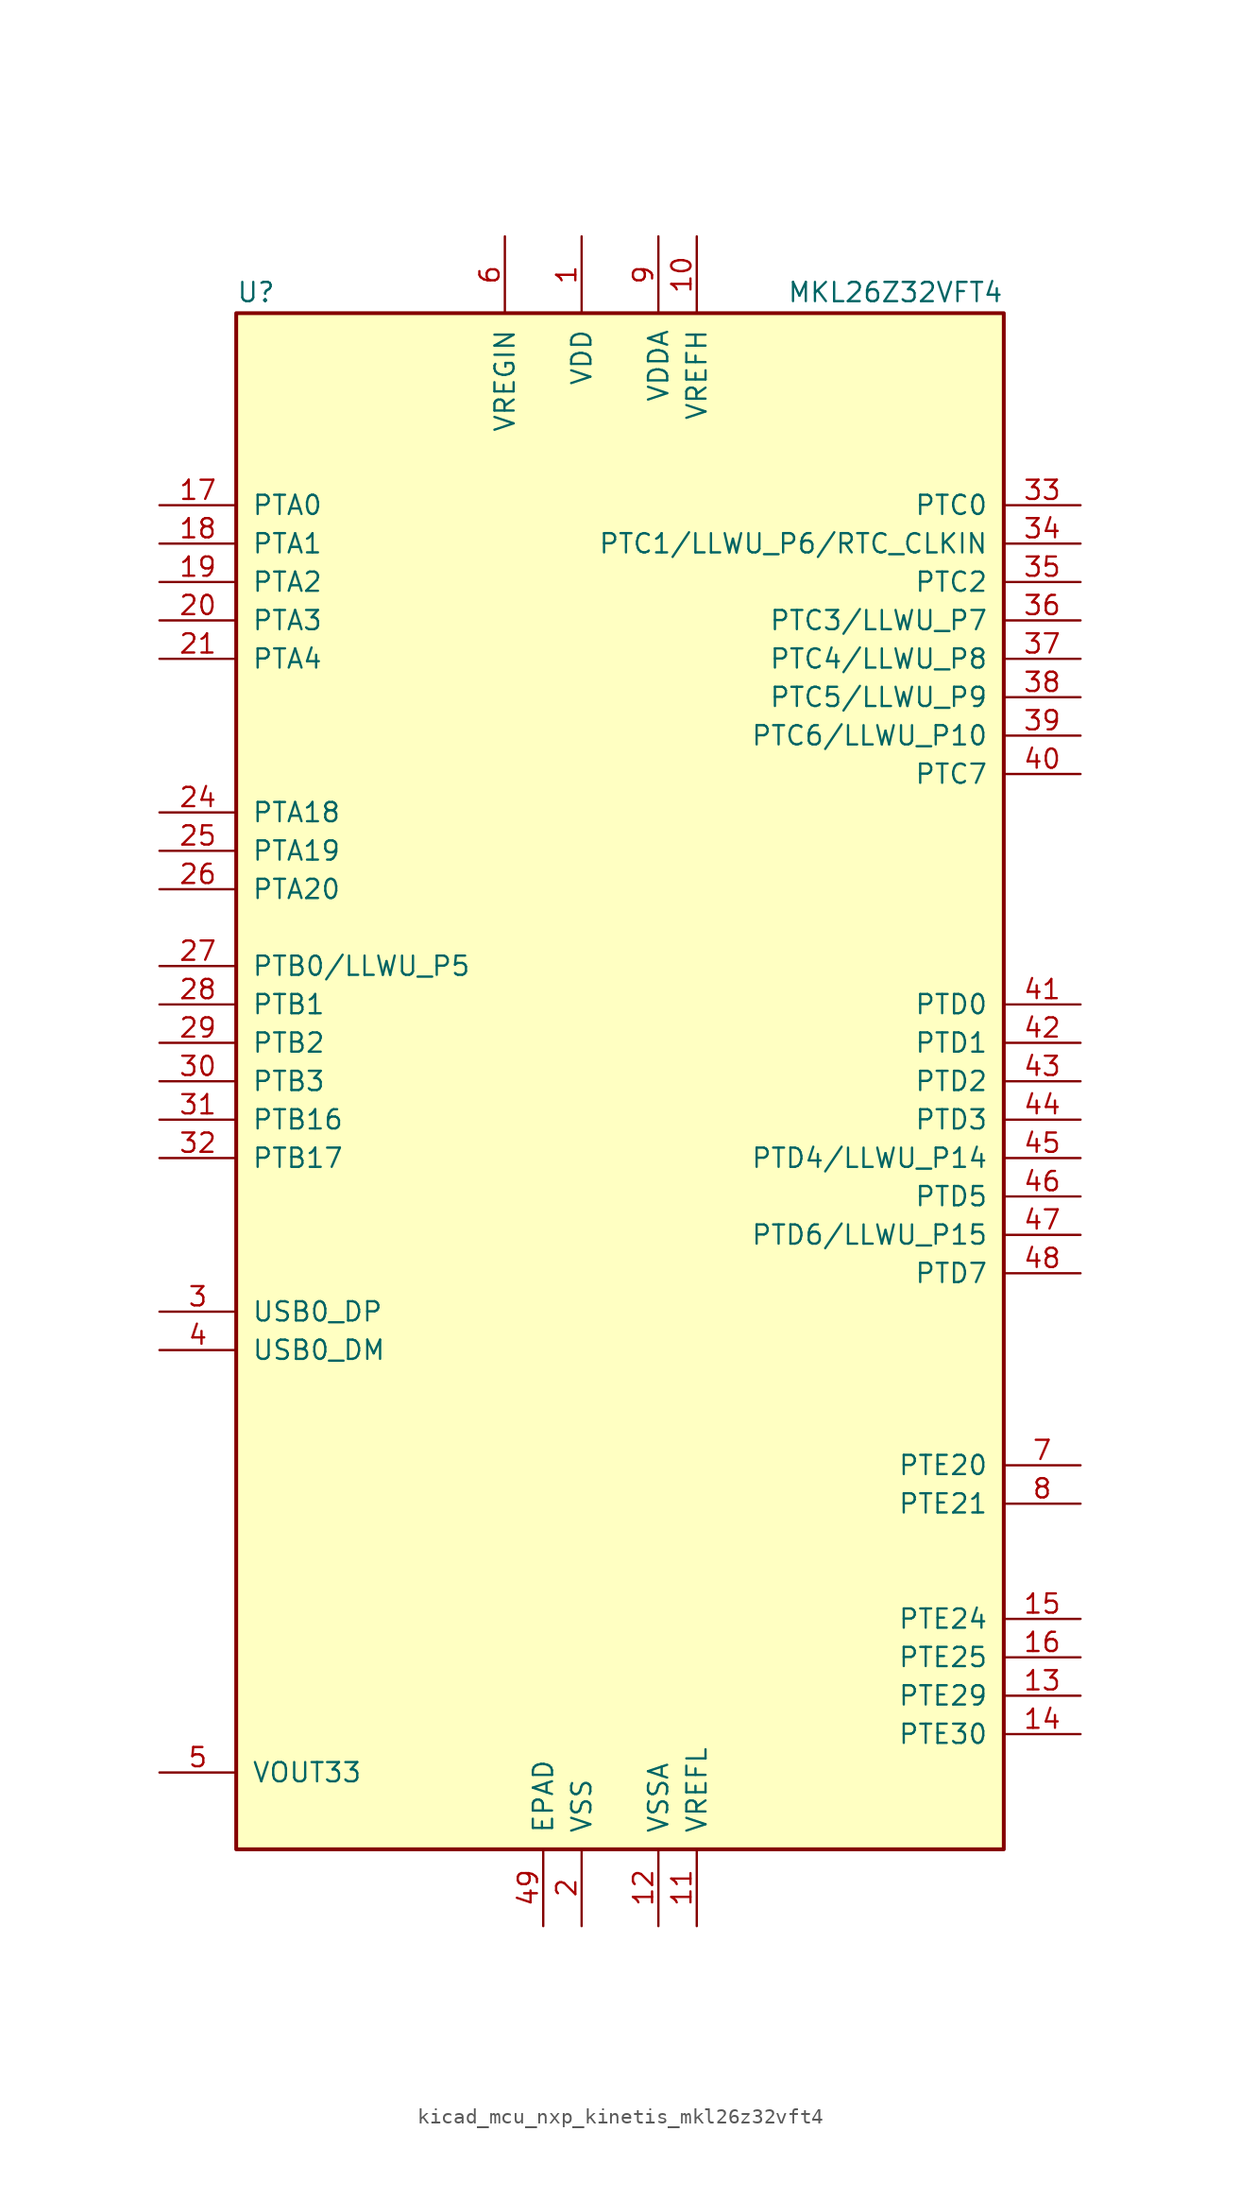
<source format=kicad_sym>
(kicad_symbol_lib
  (version 20220914)
  (generator kicad_symbol_editor)
  (symbol "kicad_mcu_nxp_kinetis_mkl26z32vft4"
    (pin_names
      (offset 1.016))
    (property "Reference" "U"
      (at -25.4 51.435 0)
      (effects (font (size 1.27 1.27)) (justify left bottom)))
    (property "Value" "MKL26Z32VFT4"
      (at 25.4 51.435 0)
      (effects (font (size 1.27 1.27)) (justify right bottom)))
    (symbol "kicad_mcu_nxp_kinetis_mkl26z32vft4_0_1"
      (rectangle (start -25.4 50.8) (end 25.4 -50.8) (stroke (width 0.254) (type default)) (fill (type background))))
    (symbol "kicad_mcu_nxp_kinetis_mkl26z32vft4_1_1"
      (pin power_in line (at -2.54 55.88 270) (length 5.08) (name "VDD" (effects (font (size 1.27 1.27)))) (number "1" (effects (font (size 1.27 1.27)))))
      (pin power_in line (at 5.08 55.88 270) (length 5.08) (name "VREFH" (effects (font (size 1.27 1.27)))) (number "10" (effects (font (size 1.27 1.27)))))
      (pin power_in line (at 5.08 -55.88 90) (length 5.08) (name "VREFL" (effects (font (size 1.27 1.27)))) (number "11" (effects (font (size 1.27 1.27)))))
      (pin power_in line (at 2.54 -55.88 90) (length 5.08) (name "VSSA" (effects (font (size 1.27 1.27)))) (number "12" (effects (font (size 1.27 1.27)))))
      (pin bidirectional line (at 30.48 -40.64 180) (length 5.08) (name "PTE29" (effects (font (size 1.27 1.27)))) (number "13" (effects (font (size 1.27 1.27)))))
      (pin bidirectional line (at 30.48 -43.18 180) (length 5.08) (name "PTE30" (effects (font (size 1.27 1.27)))) (number "14" (effects (font (size 1.27 1.27)))))
      (pin bidirectional line (at 30.48 -35.56 180) (length 5.08) (name "PTE24" (effects (font (size 1.27 1.27)))) (number "15" (effects (font (size 1.27 1.27)))))
      (pin bidirectional line (at 30.48 -38.1 180) (length 5.08) (name "PTE25" (effects (font (size 1.27 1.27)))) (number "16" (effects (font (size 1.27 1.27)))))
      (pin bidirectional line (at -30.48 38.1 0) (length 5.08) (name "PTA0" (effects (font (size 1.27 1.27)))) (number "17" (effects (font (size 1.27 1.27)))))
      (pin bidirectional line (at -30.48 35.56 0) (length 5.08) (name "PTA1" (effects (font (size 1.27 1.27)))) (number "18" (effects (font (size 1.27 1.27)))))
      (pin bidirectional line (at -30.48 33.02 0) (length 5.08) (name "PTA2" (effects (font (size 1.27 1.27)))) (number "19" (effects (font (size 1.27 1.27)))))
      (pin power_in line (at -2.54 -55.88 90) (length 5.08) (name "VSS" (effects (font (size 1.27 1.27)))) (number "2" (effects (font (size 1.27 1.27)))))
      (pin bidirectional line (at -30.48 30.48 0) (length 5.08) (name "PTA3" (effects (font (size 1.27 1.27)))) (number "20" (effects (font (size 1.27 1.27)))))
      (pin bidirectional line (at -30.48 27.94 0) (length 5.08) (name "PTA4" (effects (font (size 1.27 1.27)))) (number "21" (effects (font (size 1.27 1.27)))))
      (pin passive line (at -2.54 55.88 270) (length 5.08) hide (name "VDD" (effects (font (size 1.27 1.27)))) (number "22" (effects (font (size 1.27 1.27)))))
      (pin passive line (at -2.54 -55.88 90) (length 5.08) hide (name "VSS" (effects (font (size 1.27 1.27)))) (number "23" (effects (font (size 1.27 1.27)))))
      (pin bidirectional line (at -30.48 17.78 0) (length 5.08) (name "PTA18" (effects (font (size 1.27 1.27)))) (number "24" (effects (font (size 1.27 1.27)))))
      (pin bidirectional line (at -30.48 15.24 0) (length 5.08) (name "PTA19" (effects (font (size 1.27 1.27)))) (number "25" (effects (font (size 1.27 1.27)))))
      (pin bidirectional line (at -30.48 12.7 0) (length 5.08) (name "PTA20" (effects (font (size 1.27 1.27)))) (number "26" (effects (font (size 1.27 1.27)))))
      (pin bidirectional line (at -30.48 7.62 0) (length 5.08) (name "PTB0/LLWU_P5" (effects (font (size 1.27 1.27)))) (number "27" (effects (font (size 1.27 1.27)))))
      (pin bidirectional line (at -30.48 5.08 0) (length 5.08) (name "PTB1" (effects (font (size 1.27 1.27)))) (number "28" (effects (font (size 1.27 1.27)))))
      (pin bidirectional line (at -30.48 2.54 0) (length 5.08) (name "PTB2" (effects (font (size 1.27 1.27)))) (number "29" (effects (font (size 1.27 1.27)))))
      (pin bidirectional line (at -30.48 -15.24 0) (length 5.08) (name "USB0_DP" (effects (font (size 1.27 1.27)))) (number "3" (effects (font (size 1.27 1.27)))))
      (pin bidirectional line (at -30.48 0 0) (length 5.08) (name "PTB3" (effects (font (size 1.27 1.27)))) (number "30" (effects (font (size 1.27 1.27)))))
      (pin bidirectional line (at -30.48 -2.54 0) (length 5.08) (name "PTB16" (effects (font (size 1.27 1.27)))) (number "31" (effects (font (size 1.27 1.27)))))
      (pin bidirectional line (at -30.48 -5.08 0) (length 5.08) (name "PTB17" (effects (font (size 1.27 1.27)))) (number "32" (effects (font (size 1.27 1.27)))))
      (pin bidirectional line (at 30.48 38.1 180) (length 5.08) (name "PTC0" (effects (font (size 1.27 1.27)))) (number "33" (effects (font (size 1.27 1.27)))))
      (pin bidirectional line (at 30.48 35.56 180) (length 5.08) (name "PTC1/LLWU_P6/RTC_CLKIN" (effects (font (size 1.27 1.27)))) (number "34" (effects (font (size 1.27 1.27)))))
      (pin bidirectional line (at 30.48 33.02 180) (length 5.08) (name "PTC2" (effects (font (size 1.27 1.27)))) (number "35" (effects (font (size 1.27 1.27)))))
      (pin bidirectional line (at 30.48 30.48 180) (length 5.08) (name "PTC3/LLWU_P7" (effects (font (size 1.27 1.27)))) (number "36" (effects (font (size 1.27 1.27)))))
      (pin bidirectional line (at 30.48 27.94 180) (length 5.08) (name "PTC4/LLWU_P8" (effects (font (size 1.27 1.27)))) (number "37" (effects (font (size 1.27 1.27)))))
      (pin bidirectional line (at 30.48 25.4 180) (length 5.08) (name "PTC5/LLWU_P9" (effects (font (size 1.27 1.27)))) (number "38" (effects (font (size 1.27 1.27)))))
      (pin bidirectional line (at 30.48 22.86 180) (length 5.08) (name "PTC6/LLWU_P10" (effects (font (size 1.27 1.27)))) (number "39" (effects (font (size 1.27 1.27)))))
      (pin bidirectional line (at -30.48 -17.78 0) (length 5.08) (name "USB0_DM" (effects (font (size 1.27 1.27)))) (number "4" (effects (font (size 1.27 1.27)))))
      (pin bidirectional line (at 30.48 20.32 180) (length 5.08) (name "PTC7" (effects (font (size 1.27 1.27)))) (number "40" (effects (font (size 1.27 1.27)))))
      (pin bidirectional line (at 30.48 5.08 180) (length 5.08) (name "PTD0" (effects (font (size 1.27 1.27)))) (number "41" (effects (font (size 1.27 1.27)))))
      (pin bidirectional line (at 30.48 2.54 180) (length 5.08) (name "PTD1" (effects (font (size 1.27 1.27)))) (number "42" (effects (font (size 1.27 1.27)))))
      (pin bidirectional line (at 30.48 0 180) (length 5.08) (name "PTD2" (effects (font (size 1.27 1.27)))) (number "43" (effects (font (size 1.27 1.27)))))
      (pin bidirectional line (at 30.48 -2.54 180) (length 5.08) (name "PTD3" (effects (font (size 1.27 1.27)))) (number "44" (effects (font (size 1.27 1.27)))))
      (pin bidirectional line (at 30.48 -5.08 180) (length 5.08) (name "PTD4/LLWU_P14" (effects (font (size 1.27 1.27)))) (number "45" (effects (font (size 1.27 1.27)))))
      (pin bidirectional line (at 30.48 -7.62 180) (length 5.08) (name "PTD5" (effects (font (size 1.27 1.27)))) (number "46" (effects (font (size 1.27 1.27)))))
      (pin bidirectional line (at 30.48 -10.16 180) (length 5.08) (name "PTD6/LLWU_P15" (effects (font (size 1.27 1.27)))) (number "47" (effects (font (size 1.27 1.27)))))
      (pin bidirectional line (at 30.48 -12.7 180) (length 5.08) (name "PTD7" (effects (font (size 1.27 1.27)))) (number "48" (effects (font (size 1.27 1.27)))))
      (pin power_in line (at -5.08 -55.88 90) (length 5.08) (name "EPAD" (effects (font (size 1.27 1.27)))) (number "49" (effects (font (size 1.27 1.27)))))
      (pin power_out line (at -30.48 -45.72 0) (length 5.08) (name "VOUT33" (effects (font (size 1.27 1.27)))) (number "5" (effects (font (size 1.27 1.27)))))
      (pin power_in line (at -7.62 55.88 270) (length 5.08) (name "VREGIN" (effects (font (size 1.27 1.27)))) (number "6" (effects (font (size 1.27 1.27)))))
      (pin bidirectional line (at 30.48 -25.4 180) (length 5.08) (name "PTE20" (effects (font (size 1.27 1.27)))) (number "7" (effects (font (size 1.27 1.27)))))
      (pin bidirectional line (at 30.48 -27.94 180) (length 5.08) (name "PTE21" (effects (font (size 1.27 1.27)))) (number "8" (effects (font (size 1.27 1.27)))))
      (pin power_in line (at 2.54 55.88 270) (length 5.08) (name "VDDA" (effects (font (size 1.27 1.27)))) (number "9" (effects (font (size 1.27 1.27))))))))
</source>
